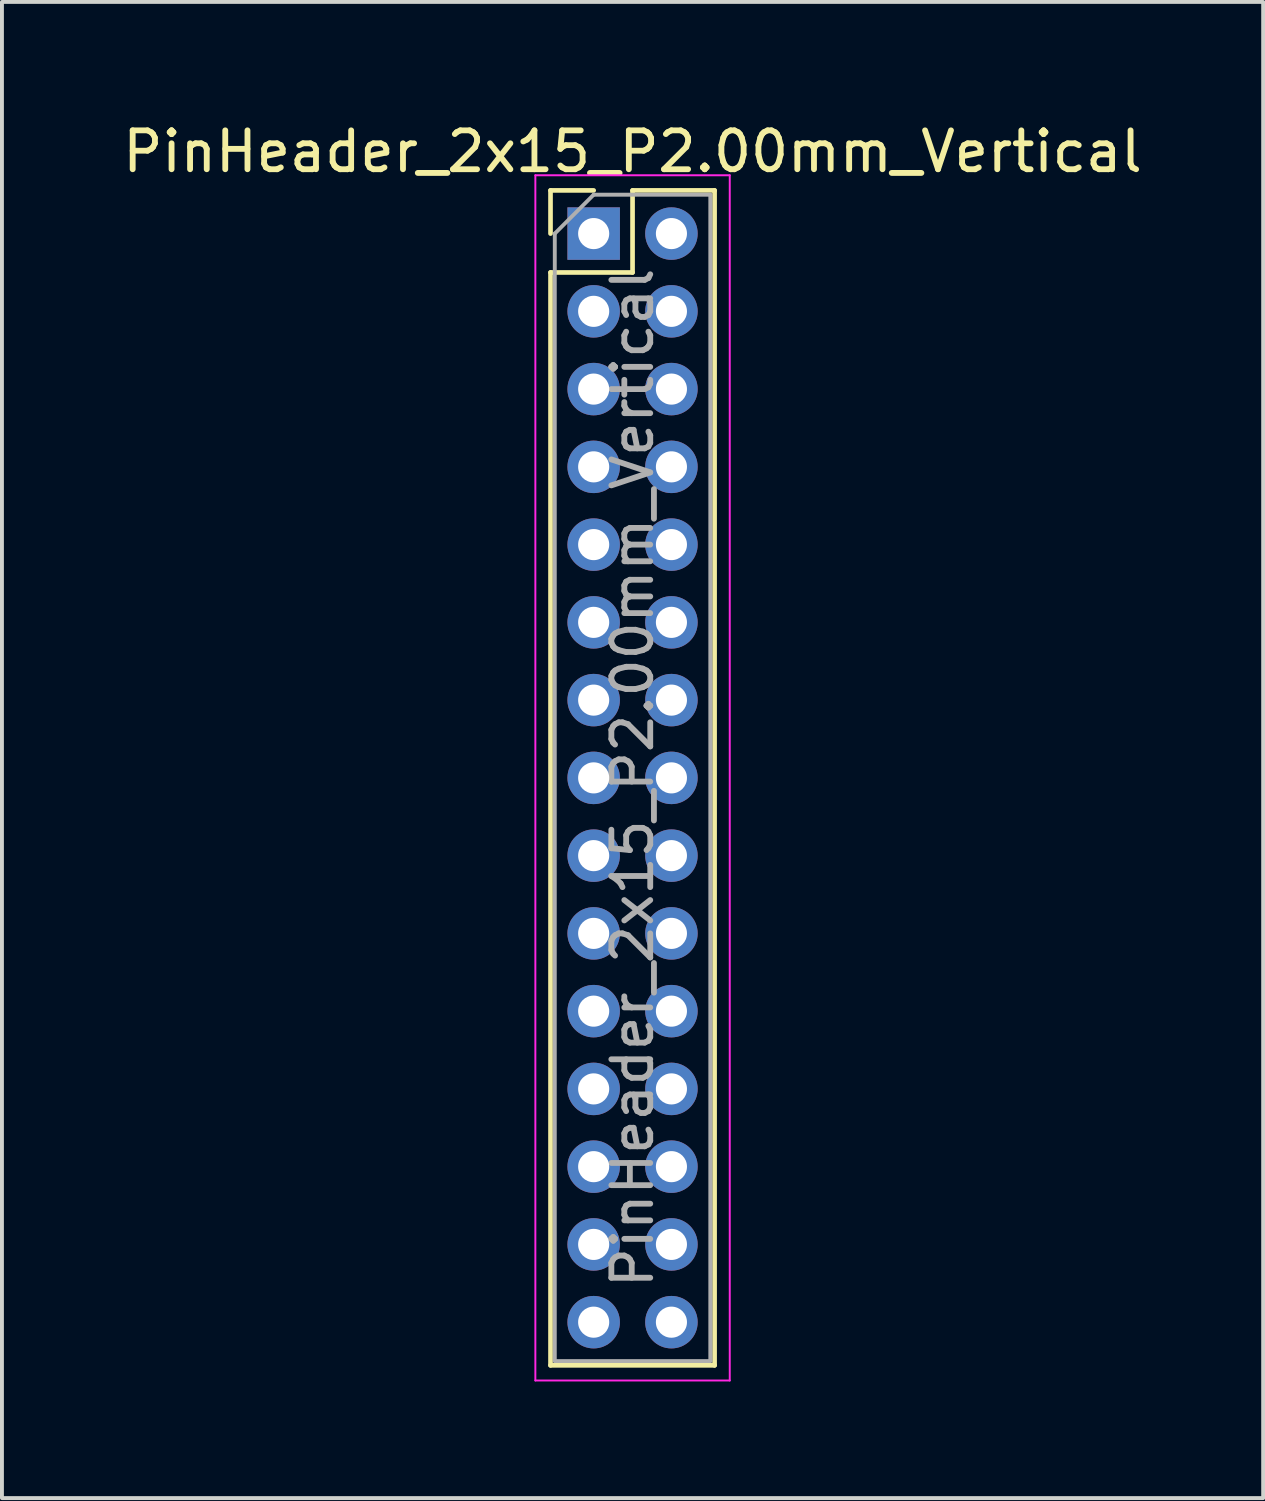
<source format=kicad_pcb>
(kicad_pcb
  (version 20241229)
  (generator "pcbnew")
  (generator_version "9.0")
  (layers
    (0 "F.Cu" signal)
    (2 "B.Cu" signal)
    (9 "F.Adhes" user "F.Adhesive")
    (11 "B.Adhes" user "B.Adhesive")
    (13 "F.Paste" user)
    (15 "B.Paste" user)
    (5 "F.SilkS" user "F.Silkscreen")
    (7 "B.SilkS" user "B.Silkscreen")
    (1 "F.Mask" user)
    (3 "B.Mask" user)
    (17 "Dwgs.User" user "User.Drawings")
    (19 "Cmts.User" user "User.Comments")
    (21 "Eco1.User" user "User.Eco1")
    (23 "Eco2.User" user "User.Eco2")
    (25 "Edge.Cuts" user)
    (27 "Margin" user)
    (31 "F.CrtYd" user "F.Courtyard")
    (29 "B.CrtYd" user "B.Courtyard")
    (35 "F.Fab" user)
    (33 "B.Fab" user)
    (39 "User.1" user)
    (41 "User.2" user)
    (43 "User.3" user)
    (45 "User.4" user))
  (footprint "PinHeader_2x15_P2.00mm_Vertical"
    (layer "F.Cu")
    (at 12.22 2.958)
    (property "Reference" "PinHeader_2x15_P2.00mm_Vertical" (at 1 -2.11 0) (layer "F.SilkS") (effects (font (size 1 1) (thickness 0.15))))
    (attr through_hole)
    (fp_line (start -1.11 -1.11) (end 0 -1.11) (stroke (width 0.12) (type solid)) (layer "F.SilkS"))
    (fp_line (start -1.11 0) (end -1.11 -1.11) (stroke (width 0.12) (type solid)) (layer "F.SilkS"))
    (fp_line (start -1.11 1) (end -1.11 29.11) (stroke (width 0.12) (type solid)) (layer "F.SilkS"))
    (fp_line (start -1.11 1) (end 1 1) (stroke (width 0.12) (type solid)) (layer "F.SilkS"))
    (fp_line (start -1.11 29.11) (end 3.11 29.11) (stroke (width 0.12) (type solid)) (layer "F.SilkS"))
    (fp_line (start 1 -1.11) (end 3.11 -1.11) (stroke (width 0.12) (type solid)) (layer "F.SilkS"))
    (fp_line (start 1 1) (end 1 -1.11) (stroke (width 0.12) (type solid)) (layer "F.SilkS"))
    (fp_line (start 3.11 -1.11) (end 3.11 29.11) (stroke (width 0.12) (type solid)) (layer "F.SilkS"))
    (fp_line (start -1.5 -1.5) (end -1.5 29.5) (stroke (width 0.05) (type solid)) (layer "F.CrtYd"))
    (fp_line (start -1.5 29.5) (end 3.5 29.5) (stroke (width 0.05) (type solid)) (layer "F.CrtYd"))
    (fp_line (start 3.5 -1.5) (end -1.5 -1.5) (stroke (width 0.05) (type solid)) (layer "F.CrtYd"))
    (fp_line (start 3.5 29.5) (end 3.5 -1.5) (stroke (width 0.05) (type solid)) (layer "F.CrtYd"))
    (fp_line (start -1 0) (end 0 -1) (stroke (width 0.1) (type solid)) (layer "F.Fab"))
    (fp_line (start -1 29) (end -1 0) (stroke (width 0.1) (type solid)) (layer "F.Fab"))
    (fp_line (start 0 -1) (end 3 -1) (stroke (width 0.1) (type solid)) (layer "F.Fab"))
    (fp_line (start 3 -1) (end 3 29) (stroke (width 0.1) (type solid)) (layer "F.Fab"))
    (fp_line (start 3 29) (end -1 29) (stroke (width 0.1) (type solid)) (layer "F.Fab"))
    (fp_text user "${REFERENCE}" (at 1 14 90) (layer "F.Fab") (effects (font (size 1 1) (thickness 0.15))))
    (pad "1" thru_hole rect (at 0 0) (size 1.35 1.35) (drill 0.8) (layers "*.Cu" "*.Mask"))
    (pad "2" thru_hole circle (at 2 0) (size 1.35 1.35) (drill 0.8) (layers "*.Cu" "*.Mask"))
    (pad "3" thru_hole circle (at 0 2) (size 1.35 1.35) (drill 0.8) (layers "*.Cu" "*.Mask"))
    (pad "4" thru_hole circle (at 2 2) (size 1.35 1.35) (drill 0.8) (layers "*.Cu" "*.Mask"))
    (pad "5" thru_hole circle (at 0 4) (size 1.35 1.35) (drill 0.8) (layers "*.Cu" "*.Mask"))
    (pad "6" thru_hole circle (at 2 4) (size 1.35 1.35) (drill 0.8) (layers "*.Cu" "*.Mask"))
    (pad "7" thru_hole circle (at 0 6) (size 1.35 1.35) (drill 0.8) (layers "*.Cu" "*.Mask"))
    (pad "8" thru_hole circle (at 2 6) (size 1.35 1.35) (drill 0.8) (layers "*.Cu" "*.Mask"))
    (pad "9" thru_hole circle (at 0 8) (size 1.35 1.35) (drill 0.8) (layers "*.Cu" "*.Mask"))
    (pad "10" thru_hole circle (at 2 8) (size 1.35 1.35) (drill 0.8) (layers "*.Cu" "*.Mask"))
    (pad "11" thru_hole circle (at 0 10) (size 1.35 1.35) (drill 0.8) (layers "*.Cu" "*.Mask"))
    (pad "12" thru_hole circle (at 2 10) (size 1.35 1.35) (drill 0.8) (layers "*.Cu" "*.Mask"))
    (pad "13" thru_hole circle (at 0 12) (size 1.35 1.35) (drill 0.8) (layers "*.Cu" "*.Mask"))
    (pad "14" thru_hole circle (at 2 12) (size 1.35 1.35) (drill 0.8) (layers "*.Cu" "*.Mask"))
    (pad "15" thru_hole circle (at 0 14) (size 1.35 1.35) (drill 0.8) (layers "*.Cu" "*.Mask"))
    (pad "16" thru_hole circle (at 2 14) (size 1.35 1.35) (drill 0.8) (layers "*.Cu" "*.Mask"))
    (pad "17" thru_hole circle (at 0 16) (size 1.35 1.35) (drill 0.8) (layers "*.Cu" "*.Mask"))
    (pad "18" thru_hole circle (at 2 16) (size 1.35 1.35) (drill 0.8) (layers "*.Cu" "*.Mask"))
    (pad "19" thru_hole circle (at 0 18) (size 1.35 1.35) (drill 0.8) (layers "*.Cu" "*.Mask"))
    (pad "20" thru_hole circle (at 2 18) (size 1.35 1.35) (drill 0.8) (layers "*.Cu" "*.Mask"))
    (pad "21" thru_hole circle (at 0 20) (size 1.35 1.35) (drill 0.8) (layers "*.Cu" "*.Mask"))
    (pad "22" thru_hole circle (at 2 20) (size 1.35 1.35) (drill 0.8) (layers "*.Cu" "*.Mask"))
    (pad "23" thru_hole circle (at 0 22) (size 1.35 1.35) (drill 0.8) (layers "*.Cu" "*.Mask"))
    (pad "24" thru_hole circle (at 2 22) (size 1.35 1.35) (drill 0.8) (layers "*.Cu" "*.Mask"))
    (pad "25" thru_hole circle (at 0 24) (size 1.35 1.35) (drill 0.8) (layers "*.Cu" "*.Mask"))
    (pad "26" thru_hole circle (at 2 24) (size 1.35 1.35) (drill 0.8) (layers "*.Cu" "*.Mask"))
    (pad "27" thru_hole circle (at 0 26) (size 1.35 1.35) (drill 0.8) (layers "*.Cu" "*.Mask"))
    (pad "28" thru_hole circle (at 2 26) (size 1.35 1.35) (drill 0.8) (layers "*.Cu" "*.Mask"))
    (pad "29" thru_hole circle (at 0 28) (size 1.35 1.35) (drill 0.8) (layers "*.Cu" "*.Mask"))
    (pad "30" thru_hole circle (at 2 28) (size 1.35 1.35) (drill 0.8) (layers "*.Cu" "*.Mask")))
  (gr_rect
    (start -3 -3)
    (end 29.44 35.483)
    (stroke (width 0.1) (type default))
    (fill no)
    (layer "Edge.Cuts")))
</source>
